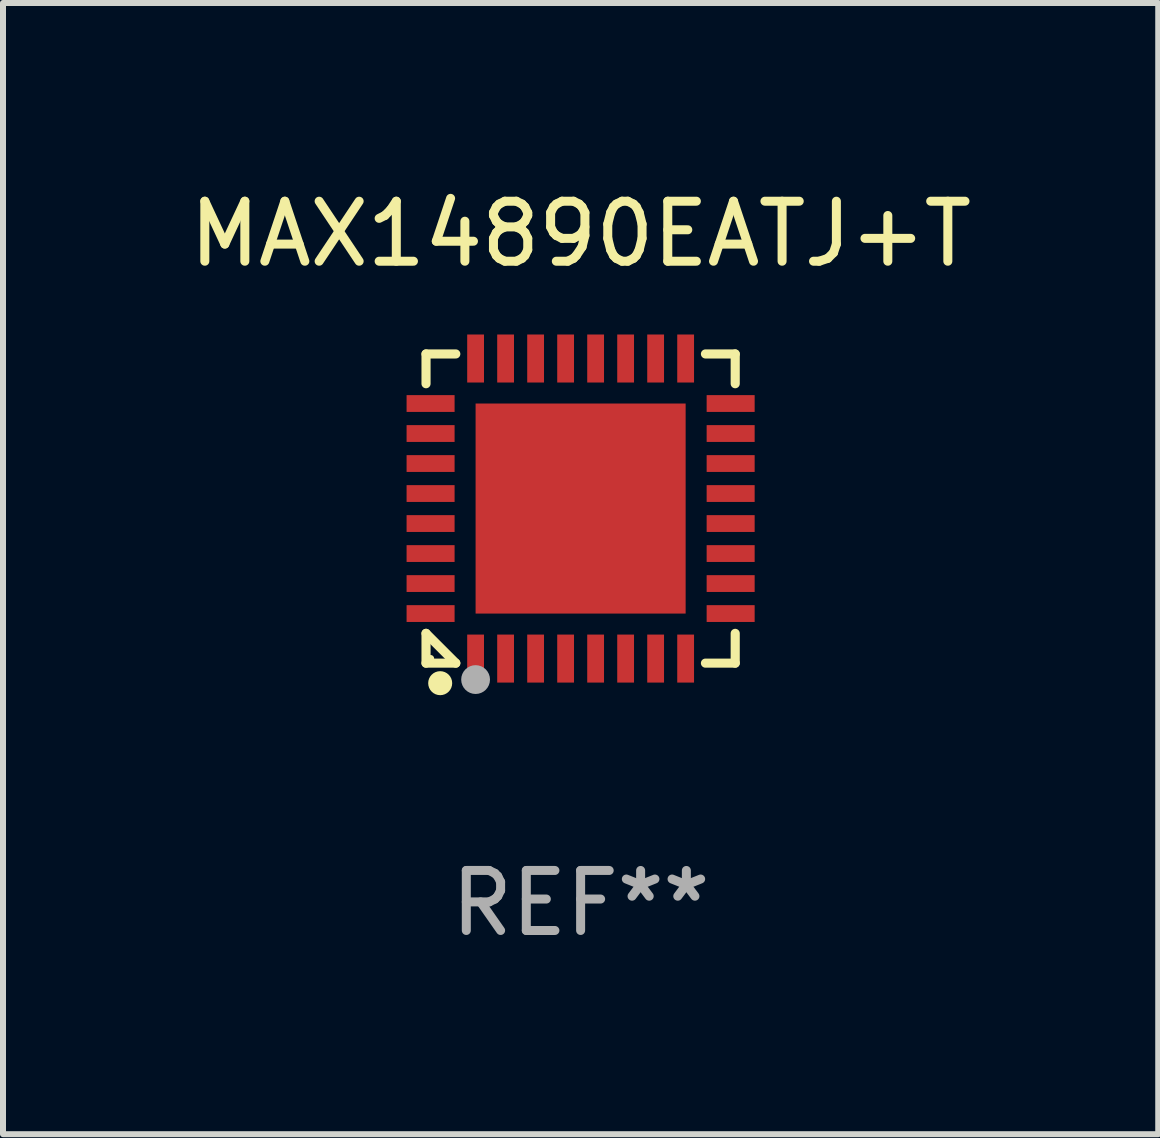
<source format=kicad_pcb>
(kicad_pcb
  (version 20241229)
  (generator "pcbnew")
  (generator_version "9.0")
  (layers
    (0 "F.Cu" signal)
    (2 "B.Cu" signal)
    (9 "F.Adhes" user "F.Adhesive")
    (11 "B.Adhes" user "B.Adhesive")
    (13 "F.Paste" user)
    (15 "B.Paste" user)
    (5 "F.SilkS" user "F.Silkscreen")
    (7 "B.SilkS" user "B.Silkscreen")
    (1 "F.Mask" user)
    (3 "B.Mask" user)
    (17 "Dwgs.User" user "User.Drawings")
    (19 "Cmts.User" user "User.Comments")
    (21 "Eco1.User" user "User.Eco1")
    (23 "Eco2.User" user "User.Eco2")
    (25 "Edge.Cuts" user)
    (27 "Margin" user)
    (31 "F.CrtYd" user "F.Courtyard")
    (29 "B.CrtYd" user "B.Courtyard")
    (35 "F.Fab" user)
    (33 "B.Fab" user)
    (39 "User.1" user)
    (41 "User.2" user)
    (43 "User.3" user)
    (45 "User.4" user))
  (footprint "MAX14890EATJ+T"
    (layer "F.Cu")
    (at 6.625 5.424)
    (property "Reference" "MAX14890EATJ+T" (at 0 -4.576 0) (layer "F.SilkS") (effects (font (size 1 1) (thickness 0.15))))
    (attr through_hole)
    (fp_line (start -2.576 -2.576) (end -2.08 -2.576) (stroke (width 0.152) (type solid)) (layer "F.SilkS"))
    (fp_line (start -2.576 -2.08) (end -2.576 -2.576) (stroke (width 0.152) (type solid)) (layer "F.SilkS"))
    (fp_line (start -2.576 2.08) (end -2.576 2.576) (stroke (width 0.152) (type solid)) (layer "F.SilkS"))
    (fp_line (start -2.576 2.08) (end -2.08 2.576) (stroke (width 0.152) (type solid)) (layer "F.SilkS"))
    (fp_line (start -2.576 2.576) (end -2.08 2.576) (stroke (width 0.152) (type solid)) (layer "F.SilkS"))
    (fp_line (start 2.576 -2.576) (end 2.08 -2.576) (stroke (width 0.152) (type solid)) (layer "F.SilkS"))
    (fp_line (start 2.576 -2.08) (end 2.576 -2.576) (stroke (width 0.152) (type solid)) (layer "F.SilkS"))
    (fp_line (start 2.576 2.08) (end 2.576 2.576) (stroke (width 0.152) (type solid)) (layer "F.SilkS"))
    (fp_line (start 2.576 2.576) (end 2.08 2.576) (stroke (width 0.152) (type solid)) (layer "F.SilkS"))
    (fp_circle (center -2.5 2.5) (end -2.47 2.5) (stroke (width 0.06) (type solid)) (fill no) (layer "F.SilkS"))
    (fp_circle (center -2.34 2.91) (end -2.24 2.91) (stroke (width 0.2) (type solid)) (fill no) (layer "F.SilkS"))
    (fp_circle (center -1.75 2.85) (end -1.63 2.85) (stroke (width 0.24) (type solid)) (fill no) (layer "F.Fab"))
    (fp_text user "REF**" (at 0 6.576 0) (layer "F.Fab") (effects (font (size 1 1) (thickness 0.15))))
    (pad "1" smd rect (at -1.75 2.5) (size 0.28 0.8) (layers "F.Cu" "F.Mask" "F.Paste"))
    (pad "2" smd rect (at -1.25 2.5) (size 0.28 0.8) (layers "F.Cu" "F.Mask" "F.Paste"))
    (pad "3" smd rect (at -0.75 2.5) (size 0.28 0.8) (layers "F.Cu" "F.Mask" "F.Paste"))
    (pad "4" smd rect (at -0.25 2.5) (size 0.28 0.8) (layers "F.Cu" "F.Mask" "F.Paste"))
    (pad "5" smd rect (at 0.25 2.5) (size 0.28 0.8) (layers "F.Cu" "F.Mask" "F.Paste"))
    (pad "6" smd rect (at 0.75 2.5) (size 0.28 0.8) (layers "F.Cu" "F.Mask" "F.Paste"))
    (pad "7" smd rect (at 1.25 2.5) (size 0.28 0.8) (layers "F.Cu" "F.Mask" "F.Paste"))
    (pad "8" smd rect (at 1.75 2.5) (size 0.28 0.8) (layers "F.Cu" "F.Mask" "F.Paste"))
    (pad "9" smd rect (at 2.5 1.75) (size 0.8 0.28) (layers "F.Cu" "F.Mask" "F.Paste"))
    (pad "10" smd rect (at 2.5 1.25) (size 0.8 0.28) (layers "F.Cu" "F.Mask" "F.Paste"))
    (pad "11" smd rect (at 2.5 0.75) (size 0.8 0.28) (layers "F.Cu" "F.Mask" "F.Paste"))
    (pad "12" smd rect (at 2.5 0.25) (size 0.8 0.28) (layers "F.Cu" "F.Mask" "F.Paste"))
    (pad "13" smd rect (at 2.5 -0.25) (size 0.8 0.28) (layers "F.Cu" "F.Mask" "F.Paste"))
    (pad "14" smd rect (at 2.5 -0.75) (size 0.8 0.28) (layers "F.Cu" "F.Mask" "F.Paste"))
    (pad "15" smd rect (at 2.5 -1.25) (size 0.8 0.28) (layers "F.Cu" "F.Mask" "F.Paste"))
    (pad "16" smd rect (at 2.5 -1.75) (size 0.8 0.28) (layers "F.Cu" "F.Mask" "F.Paste"))
    (pad "17" smd rect (at 1.75 -2.5) (size 0.28 0.8) (layers "F.Cu" "F.Mask" "F.Paste"))
    (pad "18" smd rect (at 1.25 -2.5) (size 0.28 0.8) (layers "F.Cu" "F.Mask" "F.Paste"))
    (pad "19" smd rect (at 0.75 -2.5) (size 0.28 0.8) (layers "F.Cu" "F.Mask" "F.Paste"))
    (pad "20" smd rect (at 0.25 -2.5) (size 0.28 0.8) (layers "F.Cu" "F.Mask" "F.Paste"))
    (pad "21" smd rect (at -0.25 -2.5) (size 0.28 0.8) (layers "F.Cu" "F.Mask" "F.Paste"))
    (pad "22" smd rect (at -0.75 -2.5) (size 0.28 0.8) (layers "F.Cu" "F.Mask" "F.Paste"))
    (pad "23" smd rect (at -1.25 -2.5) (size 0.28 0.8) (layers "F.Cu" "F.Mask" "F.Paste"))
    (pad "24" smd rect (at -1.75 -2.5) (size 0.28 0.8) (layers "F.Cu" "F.Mask" "F.Paste"))
    (pad "25" smd rect (at -2.5 -1.75) (size 0.8 0.28) (layers "F.Cu" "F.Mask" "F.Paste"))
    (pad "26" smd rect (at -2.5 -1.25) (size 0.8 0.28) (layers "F.Cu" "F.Mask" "F.Paste"))
    (pad "27" smd rect (at -2.5 -0.75) (size 0.8 0.28) (layers "F.Cu" "F.Mask" "F.Paste"))
    (pad "28" smd rect (at -2.5 -0.25) (size 0.8 0.28) (layers "F.Cu" "F.Mask" "F.Paste"))
    (pad "29" smd rect (at -2.5 0.25) (size 0.8 0.28) (layers "F.Cu" "F.Mask" "F.Paste"))
    (pad "30" smd rect (at -2.5 0.75) (size 0.8 0.28) (layers "F.Cu" "F.Mask" "F.Paste"))
    (pad "31" smd rect (at -2.5 1.25) (size 0.8 0.28) (layers "F.Cu" "F.Mask" "F.Paste"))
    (pad "32" smd rect (at -2.5 1.75) (size 0.8 0.28) (layers "F.Cu" "F.Mask" "F.Paste"))
    (pad "33" smd rect (at 0 0) (size 3.5 3.5) (layers "F.Cu" "F.Mask" "F.Paste")))
  (gr_rect
    (start -3 -3)
    (end 16.25 15.849)
    (stroke (width 0.1) (type default))
    (fill no)
    (layer "Edge.Cuts")))
</source>
